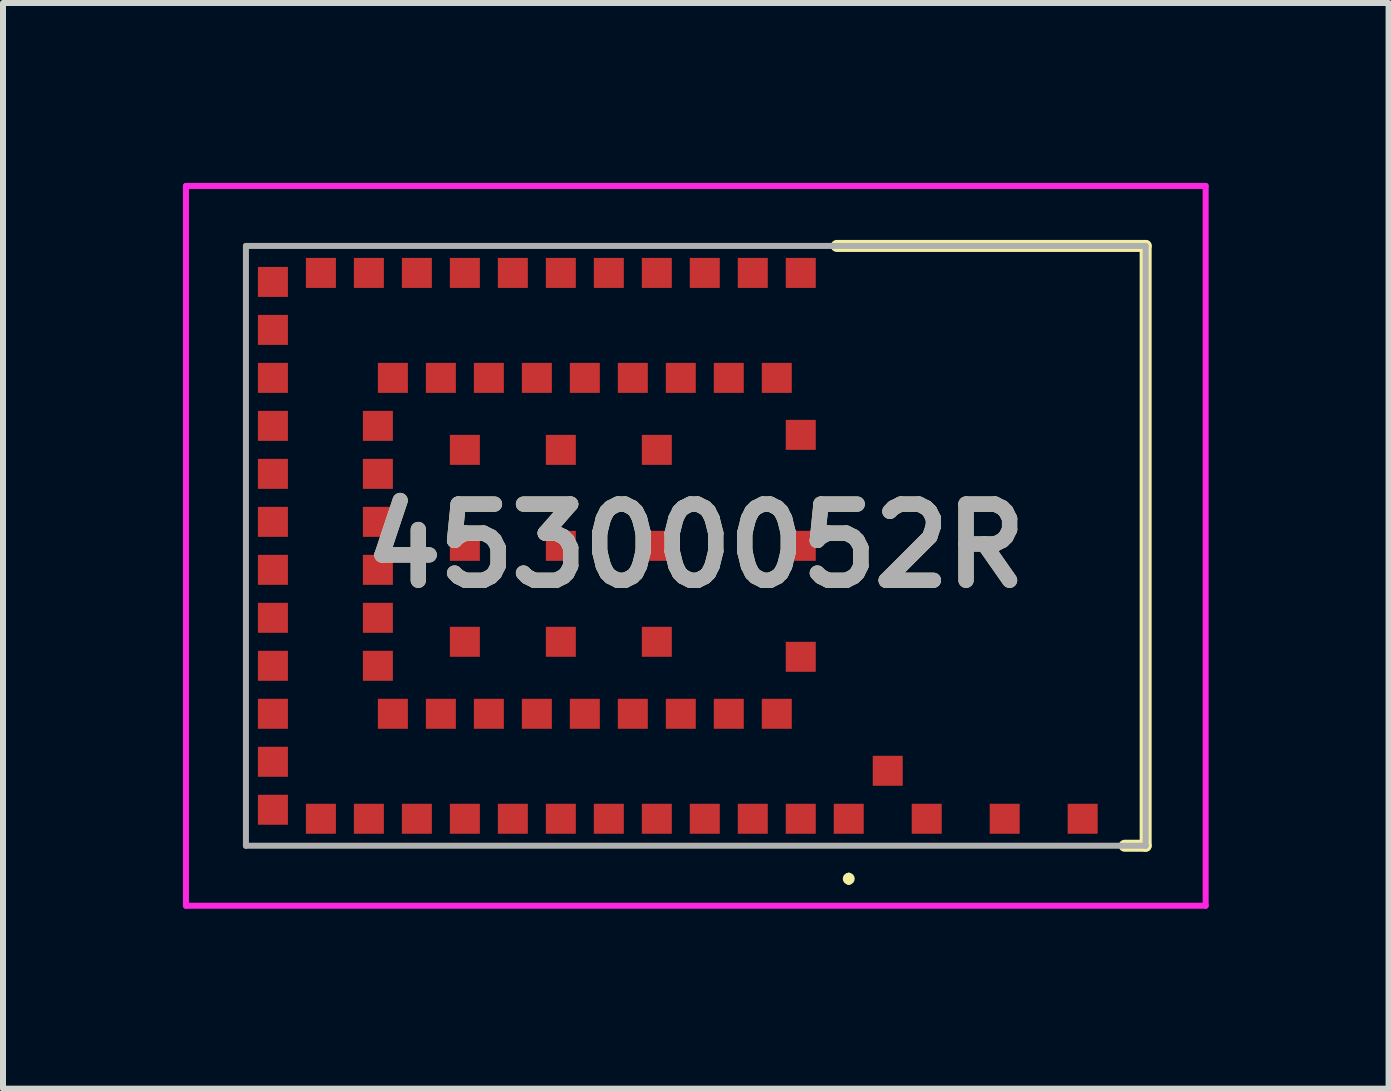
<source format=kicad_pcb>
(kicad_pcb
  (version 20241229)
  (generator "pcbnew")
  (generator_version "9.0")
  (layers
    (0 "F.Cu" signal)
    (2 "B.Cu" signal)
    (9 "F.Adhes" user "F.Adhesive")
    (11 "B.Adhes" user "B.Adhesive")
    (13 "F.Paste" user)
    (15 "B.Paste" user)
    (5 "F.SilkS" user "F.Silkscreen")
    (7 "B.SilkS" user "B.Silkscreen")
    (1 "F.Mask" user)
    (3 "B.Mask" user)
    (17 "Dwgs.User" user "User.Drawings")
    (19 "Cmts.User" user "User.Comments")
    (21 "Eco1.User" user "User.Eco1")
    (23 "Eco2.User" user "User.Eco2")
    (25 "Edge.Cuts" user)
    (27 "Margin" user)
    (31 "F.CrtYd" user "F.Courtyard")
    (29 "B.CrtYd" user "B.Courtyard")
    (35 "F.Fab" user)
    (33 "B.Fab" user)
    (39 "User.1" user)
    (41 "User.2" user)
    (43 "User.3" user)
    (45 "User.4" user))
  (footprint "45300052R"
    (layer "F.Cu")
    (at 8.55 6.05)
    (property "Reference" "45300052R" (at 0 0 0) (layer "F.SilkS") (effects (font (size 1.27 1.27) (thickness 0.254))))
    (attr smd)
    (fp_line (start 2.35 -5) (end 7.5 -5) (stroke (width 0.2) (type solid)) (layer "F.SilkS"))
    (fp_line (start 2.55 5.5) (end 2.55 5.5) (stroke (width 0.1) (type solid)) (layer "F.SilkS"))
    (fp_line (start 2.55 5.6) (end 2.55 5.6) (stroke (width 0.1) (type solid)) (layer "F.SilkS"))
    (fp_line (start 7.5 -5) (end 7.5 5) (stroke (width 0.2) (type solid)) (layer "F.SilkS"))
    (fp_line (start 7.5 5) (end 7.15 5) (stroke (width 0.2) (type solid)) (layer "F.SilkS"))
    (fp_arc (start 2.55 5.5) (mid 2.6 5.55) (end 2.55 5.6) (stroke (width 0.1) (type solid)) (layer "F.SilkS"))
    (fp_arc (start 2.55 5.6) (mid 2.5 5.55) (end 2.55 5.5) (stroke (width 0.1) (type solid)) (layer "F.SilkS"))
    (fp_line (start -8.5 -6) (end 8.5 -6) (stroke (width 0.1) (type solid)) (layer "F.CrtYd"))
    (fp_line (start -8.5 6) (end -8.5 -6) (stroke (width 0.1) (type solid)) (layer "F.CrtYd"))
    (fp_line (start 8.5 -6) (end 8.5 6) (stroke (width 0.1) (type solid)) (layer "F.CrtYd"))
    (fp_line (start 8.5 6) (end -8.5 6) (stroke (width 0.1) (type solid)) (layer "F.CrtYd"))
    (fp_line (start -7.5 -5) (end -7.5 5) (stroke (width 0.1) (type solid)) (layer "F.Fab"))
    (fp_line (start -7.5 5) (end 7.5 5) (stroke (width 0.1) (type solid)) (layer "F.Fab"))
    (fp_line (start 7.5 -5) (end -7.5 -5) (stroke (width 0.1) (type solid)) (layer "F.Fab"))
    (fp_line (start 7.5 5) (end 7.5 -5) (stroke (width 0.1) (type solid)) (layer "F.Fab"))
    (fp_text user "${REFERENCE}" (at 0 0 0) (layer "F.Fab") (effects (font (size 1.27 1.27) (thickness 0.254))))
    (pad "1" smd rect (at 2.55 4.55 90) (size 0.5 0.5) (layers "F.Cu" "F.Mask" "F.Paste"))
    (pad "2" smd rect (at 1.75 4.55 90) (size 0.5 0.5) (layers "F.Cu" "F.Mask" "F.Paste"))
    (pad "3" smd rect (at 0.95 4.55 90) (size 0.5 0.5) (layers "F.Cu" "F.Mask" "F.Paste"))
    (pad "4" smd rect (at 1.35 2.8 90) (size 0.5 0.5) (layers "F.Cu" "F.Mask" "F.Paste"))
    (pad "5" smd rect (at 0.15 4.55 90) (size 0.5 0.5) (layers "F.Cu" "F.Mask" "F.Paste"))
    (pad "6" smd rect (at 0.55 2.8 90) (size 0.5 0.5) (layers "F.Cu" "F.Mask" "F.Paste"))
    (pad "7" smd rect (at -0.65 4.55 90) (size 0.5 0.5) (layers "F.Cu" "F.Mask" "F.Paste"))
    (pad "8" smd rect (at -0.25 2.8 90) (size 0.5 0.5) (layers "F.Cu" "F.Mask" "F.Paste"))
    (pad "9" smd rect (at -1.45 4.55 90) (size 0.5 0.5) (layers "F.Cu" "F.Mask" "F.Paste"))
    (pad "10" smd rect (at -1.05 2.8 90) (size 0.5 0.5) (layers "F.Cu" "F.Mask" "F.Paste"))
    (pad "11" smd rect (at -2.25 4.55 90) (size 0.5 0.5) (layers "F.Cu" "F.Mask" "F.Paste"))
    (pad "12" smd rect (at -1.85 2.8 90) (size 0.5 0.5) (layers "F.Cu" "F.Mask" "F.Paste"))
    (pad "13" smd rect (at -3.05 4.55 90) (size 0.5 0.5) (layers "F.Cu" "F.Mask" "F.Paste"))
    (pad "14" smd rect (at -2.65 2.8 90) (size 0.5 0.5) (layers "F.Cu" "F.Mask" "F.Paste"))
    (pad "15" smd rect (at -3.85 4.55 90) (size 0.5 0.5) (layers "F.Cu" "F.Mask" "F.Paste"))
    (pad "16" smd rect (at -3.45 2.8 90) (size 0.5 0.5) (layers "F.Cu" "F.Mask" "F.Paste"))
    (pad "17" smd rect (at -4.65 4.55 90) (size 0.5 0.5) (layers "F.Cu" "F.Mask" "F.Paste"))
    (pad "18" smd rect (at -4.25 2.8 90) (size 0.5 0.5) (layers "F.Cu" "F.Mask" "F.Paste"))
    (pad "19" smd rect (at -5.45 4.55 90) (size 0.5 0.5) (layers "F.Cu" "F.Mask" "F.Paste"))
    (pad "20" smd rect (at -6.25 4.55 90) (size 0.5 0.5) (layers "F.Cu" "F.Mask" "F.Paste"))
    (pad "21" smd rect (at -7.05 4.4 90) (size 0.5 0.5) (layers "F.Cu" "F.Mask" "F.Paste"))
    (pad "22" smd rect (at -7.05 3.6 90) (size 0.5 0.5) (layers "F.Cu" "F.Mask" "F.Paste"))
    (pad "23" smd rect (at -7.05 2.8 90) (size 0.5 0.5) (layers "F.Cu" "F.Mask" "F.Paste"))
    (pad "24" smd rect (at -5.05 2.8 90) (size 0.5 0.5) (layers "F.Cu" "F.Mask" "F.Paste"))
    (pad "25" smd rect (at -7.05 2 90) (size 0.5 0.5) (layers "F.Cu" "F.Mask" "F.Paste"))
    (pad "26" smd rect (at -5.3 2 90) (size 0.5 0.5) (layers "F.Cu" "F.Mask" "F.Paste"))
    (pad "27" smd rect (at -7.05 1.2 90) (size 0.5 0.5) (layers "F.Cu" "F.Mask" "F.Paste"))
    (pad "28" smd rect (at -5.3 1.2 90) (size 0.5 0.5) (layers "F.Cu" "F.Mask" "F.Paste"))
    (pad "29" smd rect (at -7.05 0.4 90) (size 0.5 0.5) (layers "F.Cu" "F.Mask" "F.Paste"))
    (pad "30" smd rect (at -5.3 0.4 90) (size 0.5 0.5) (layers "F.Cu" "F.Mask" "F.Paste"))
    (pad "31" smd rect (at -7.05 -0.4 90) (size 0.5 0.5) (layers "F.Cu" "F.Mask" "F.Paste"))
    (pad "32" smd rect (at -5.3 -0.4 90) (size 0.5 0.5) (layers "F.Cu" "F.Mask" "F.Paste"))
    (pad "33" smd rect (at -7.05 -1.2 90) (size 0.5 0.5) (layers "F.Cu" "F.Mask" "F.Paste"))
    (pad "34" smd rect (at -5.3 -1.2 90) (size 0.5 0.5) (layers "F.Cu" "F.Mask" "F.Paste"))
    (pad "35" smd rect (at -7.05 -2 90) (size 0.5 0.5) (layers "F.Cu" "F.Mask" "F.Paste"))
    (pad "36" smd rect (at -5.3 -2 90) (size 0.5 0.5) (layers "F.Cu" "F.Mask" "F.Paste"))
    (pad "37" smd rect (at -7.05 -2.8 90) (size 0.5 0.5) (layers "F.Cu" "F.Mask" "F.Paste"))
    (pad "38" smd rect (at -7.05 -3.6 90) (size 0.5 0.5) (layers "F.Cu" "F.Mask" "F.Paste"))
    (pad "39" smd rect (at -7.05 -4.4 90) (size 0.5 0.5) (layers "F.Cu" "F.Mask" "F.Paste"))
    (pad "40" smd rect (at -6.25 -4.55 90) (size 0.5 0.5) (layers "F.Cu" "F.Mask" "F.Paste"))
    (pad "41" smd rect (at -5.45 -4.55 90) (size 0.5 0.5) (layers "F.Cu" "F.Mask" "F.Paste"))
    (pad "42" smd rect (at -5.05 -2.8 90) (size 0.5 0.5) (layers "F.Cu" "F.Mask" "F.Paste"))
    (pad "43" smd rect (at -4.65 -4.55 90) (size 0.5 0.5) (layers "F.Cu" "F.Mask" "F.Paste"))
    (pad "44" smd rect (at -4.25 -2.8 90) (size 0.5 0.5) (layers "F.Cu" "F.Mask" "F.Paste"))
    (pad "45" smd rect (at -3.85 -4.55 90) (size 0.5 0.5) (layers "F.Cu" "F.Mask" "F.Paste"))
    (pad "46" smd rect (at -3.45 -2.8 90) (size 0.5 0.5) (layers "F.Cu" "F.Mask" "F.Paste"))
    (pad "47" smd rect (at -3.05 -4.55 90) (size 0.5 0.5) (layers "F.Cu" "F.Mask" "F.Paste"))
    (pad "48" smd rect (at -2.65 -2.8 90) (size 0.5 0.5) (layers "F.Cu" "F.Mask" "F.Paste"))
    (pad "49" smd rect (at -2.25 -4.55 90) (size 0.5 0.5) (layers "F.Cu" "F.Mask" "F.Paste"))
    (pad "50" smd rect (at -1.85 -2.8 90) (size 0.5 0.5) (layers "F.Cu" "F.Mask" "F.Paste"))
    (pad "51" smd rect (at -1.45 -4.55 90) (size 0.5 0.5) (layers "F.Cu" "F.Mask" "F.Paste"))
    (pad "52" smd rect (at -1.05 -2.8 90) (size 0.5 0.5) (layers "F.Cu" "F.Mask" "F.Paste"))
    (pad "53" smd rect (at -0.65 -4.55 90) (size 0.5 0.5) (layers "F.Cu" "F.Mask" "F.Paste"))
    (pad "54" smd rect (at -0.25 -2.8 90) (size 0.5 0.5) (layers "F.Cu" "F.Mask" "F.Paste"))
    (pad "55" smd rect (at 0.15 -4.55 90) (size 0.5 0.5) (layers "F.Cu" "F.Mask" "F.Paste"))
    (pad "56" smd rect (at 0.55 -2.8 90) (size 0.5 0.5) (layers "F.Cu" "F.Mask" "F.Paste"))
    (pad "57" smd rect (at 0.95 -4.55 90) (size 0.5 0.5) (layers "F.Cu" "F.Mask" "F.Paste"))
    (pad "58" smd rect (at 1.35 -2.8 90) (size 0.5 0.5) (layers "F.Cu" "F.Mask" "F.Paste"))
    (pad "59" smd rect (at 1.75 -4.55 90) (size 0.5 0.5) (layers "F.Cu" "F.Mask" "F.Paste"))
    (pad "60" smd rect (at -0.65 1.6 90) (size 0.5 0.5) (layers "F.Cu" "F.Mask" "F.Paste"))
    (pad "61" smd rect (at -2.25 1.6 90) (size 0.5 0.5) (layers "F.Cu" "F.Mask" "F.Paste"))
    (pad "62" smd rect (at -3.85 1.6 90) (size 0.5 0.5) (layers "F.Cu" "F.Mask" "F.Paste"))
    (pad "63" smd rect (at -3.85 -1.6 90) (size 0.5 0.5) (layers "F.Cu" "F.Mask" "F.Paste"))
    (pad "64" smd rect (at -2.25 -1.6 90) (size 0.5 0.5) (layers "F.Cu" "F.Mask" "F.Paste"))
    (pad "65" smd rect (at -0.65 -1.6 90) (size 0.5 0.5) (layers "F.Cu" "F.Mask" "F.Paste"))
    (pad "66" smd rect (at 1.75 -1.85 90) (size 0.5 0.5) (layers "F.Cu" "F.Mask" "F.Paste"))
    (pad "67" smd rect (at 1.75 0 90) (size 0.5 0.5) (layers "F.Cu" "F.Mask" "F.Paste"))
    (pad "68" smd rect (at 1.75 1.85 90) (size 0.5 0.5) (layers "F.Cu" "F.Mask" "F.Paste"))
    (pad "69" smd rect (at 3.85 4.55 90) (size 0.5 0.5) (layers "F.Cu" "F.Mask" "F.Paste"))
    (pad "70" smd rect (at 5.15 4.55 90) (size 0.5 0.5) (layers "F.Cu" "F.Mask" "F.Paste"))
    (pad "71" smd rect (at 6.45 4.55 90) (size 0.5 0.5) (layers "F.Cu" "F.Mask" "F.Paste"))
    (pad "72" smd rect (at 3.2 3.75 90) (size 0.5 0.5) (layers "F.Cu" "F.Mask" "F.Paste"))
    (pad "73" smd rect (at -3.85 0 90) (size 0.5 0.5) (layers "F.Cu" "F.Mask" "F.Paste"))
    (pad "74" smd rect (at -2.25 0 90) (size 0.5 0.5) (layers "F.Cu" "F.Mask" "F.Paste"))
    (pad "75" smd rect (at -0.65 0 90) (size 0.5 0.5) (layers "F.Cu" "F.Mask" "F.Paste")))
  (gr_rect
    (start -3 -3)
    (end 20.1 15.1)
    (stroke (width 0.1) (type default))
    (fill no)
    (layer "Edge.Cuts")))
</source>
